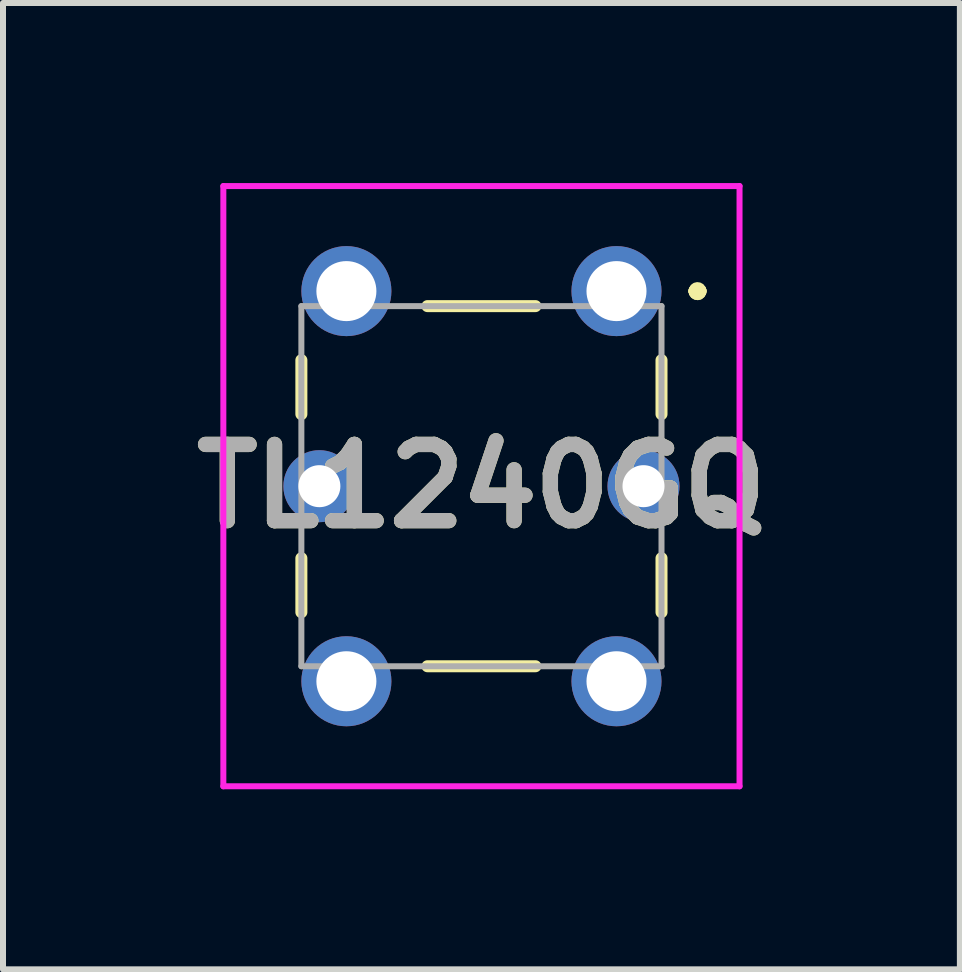
<source format=kicad_pcb>
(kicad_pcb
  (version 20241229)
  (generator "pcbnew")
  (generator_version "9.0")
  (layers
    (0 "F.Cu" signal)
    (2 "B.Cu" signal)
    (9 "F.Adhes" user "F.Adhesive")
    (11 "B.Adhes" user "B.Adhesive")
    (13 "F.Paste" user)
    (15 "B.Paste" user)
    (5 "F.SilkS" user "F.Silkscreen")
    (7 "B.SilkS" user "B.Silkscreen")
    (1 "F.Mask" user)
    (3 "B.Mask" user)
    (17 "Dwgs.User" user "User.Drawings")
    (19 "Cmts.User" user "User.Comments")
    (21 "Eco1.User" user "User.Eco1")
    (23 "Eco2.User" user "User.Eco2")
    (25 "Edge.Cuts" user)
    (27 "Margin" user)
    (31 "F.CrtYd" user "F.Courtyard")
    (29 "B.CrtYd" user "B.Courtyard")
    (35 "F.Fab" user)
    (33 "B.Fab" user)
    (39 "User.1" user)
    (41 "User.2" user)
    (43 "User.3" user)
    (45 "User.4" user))
  (footprint "TL1240GQ"
    (layer "F.Cu")
    (at 7.221 1.8)
    (property "Reference" "TL1240GQ" (at -2.25 3.25 0) (layer "F.SilkS") (effects (font (size 1.27 1.27) (thickness 0.254))))
    (attr through_hole)
    (fp_line (start -5.25 1.15) (end -5.25 2.05) (stroke (width 0.2) (type solid)) (layer "F.SilkS"))
    (fp_line (start -5.25 4.45) (end -5.25 5.35) (stroke (width 0.2) (type solid)) (layer "F.SilkS"))
    (fp_line (start -3.15 0.25) (end -1.35 0.25) (stroke (width 0.2) (type solid)) (layer "F.SilkS"))
    (fp_line (start -3.15 6.25) (end -1.35 6.25) (stroke (width 0.2) (type solid)) (layer "F.SilkS"))
    (fp_line (start 0.75 1.15) (end 0.75 2.05) (stroke (width 0.2) (type solid)) (layer "F.SilkS"))
    (fp_line (start 0.75 4.45) (end 0.75 5.35) (stroke (width 0.2) (type solid)) (layer "F.SilkS"))
    (fp_line (start 1.3 0) (end 1.3 0) (stroke (width 0.2) (type solid)) (layer "F.SilkS"))
    (fp_line (start 1.3 0) (end 1.3 0) (stroke (width 0.2) (type solid)) (layer "F.SilkS"))
    (fp_line (start 1.4 0) (end 1.4 0) (stroke (width 0.2) (type solid)) (layer "F.SilkS"))
    (fp_arc (start 1.3 0) (mid 1.35 -0.05) (end 1.4 0) (stroke (width 0.2) (type solid)) (layer "F.SilkS"))
    (fp_arc (start 1.4 0) (mid 1.35 0.05) (end 1.3 0) (stroke (width 0.2) (type solid)) (layer "F.SilkS"))
    (fp_arc (start 1.4 0) (mid 1.35 0.05) (end 1.3 0) (stroke (width 0.2) (type solid)) (layer "F.SilkS"))
    (fp_line (start -6.55 -1.75) (end 2.05 -1.75) (stroke (width 0.1) (type solid)) (layer "F.CrtYd"))
    (fp_line (start -6.55 8.25) (end -6.55 -1.75) (stroke (width 0.1) (type solid)) (layer "F.CrtYd"))
    (fp_line (start 2.05 -1.75) (end 2.05 8.25) (stroke (width 0.1) (type solid)) (layer "F.CrtYd"))
    (fp_line (start 2.05 8.25) (end -6.55 8.25) (stroke (width 0.1) (type solid)) (layer "F.CrtYd"))
    (fp_line (start -5.25 0.25) (end -5.25 6.25) (stroke (width 0.1) (type solid)) (layer "F.Fab"))
    (fp_line (start -5.25 6.25) (end 0.75 6.25) (stroke (width 0.1) (type solid)) (layer "F.Fab"))
    (fp_line (start 0.75 0.25) (end -5.25 0.25) (stroke (width 0.1) (type solid)) (layer "F.Fab"))
    (fp_line (start 0.75 6.25) (end 0.75 0.25) (stroke (width 0.1) (type solid)) (layer "F.Fab"))
    (fp_text user "${REFERENCE}" (at -2.25 3.25 0) (layer "F.Fab") (effects (font (size 1.27 1.27) (thickness 0.254))))
    (pad "1" thru_hole circle (at 0 0) (size 1.5 1.5) (drill 1) (layers "*.Cu" "*.Mask"))
    (pad "2" thru_hole circle (at 0 6.5) (size 1.5 1.5) (drill 1) (layers "*.Cu" "*.Mask"))
    (pad "3" thru_hole circle (at -4.5 0) (size 1.5 1.5) (drill 1) (layers "*.Cu" "*.Mask"))
    (pad "4" thru_hole circle (at -4.5 6.5) (size 1.5 1.5) (drill 1) (layers "*.Cu" "*.Mask"))
    (pad "MH1" thru_hole circle (at 0.45 3.25) (size 1.2 1.2) (drill 0.7) (layers "*.Cu" "*.Mask"))
    (pad "MH2" thru_hole circle (at -4.95 3.25) (size 1.2 1.2) (drill 0.7) (layers "*.Cu" "*.Mask")))
  (gr_rect
    (start -3 -3)
    (end 12.942 13.1)
    (stroke (width 0.1) (type default))
    (fill no)
    (layer "Edge.Cuts")))
</source>
